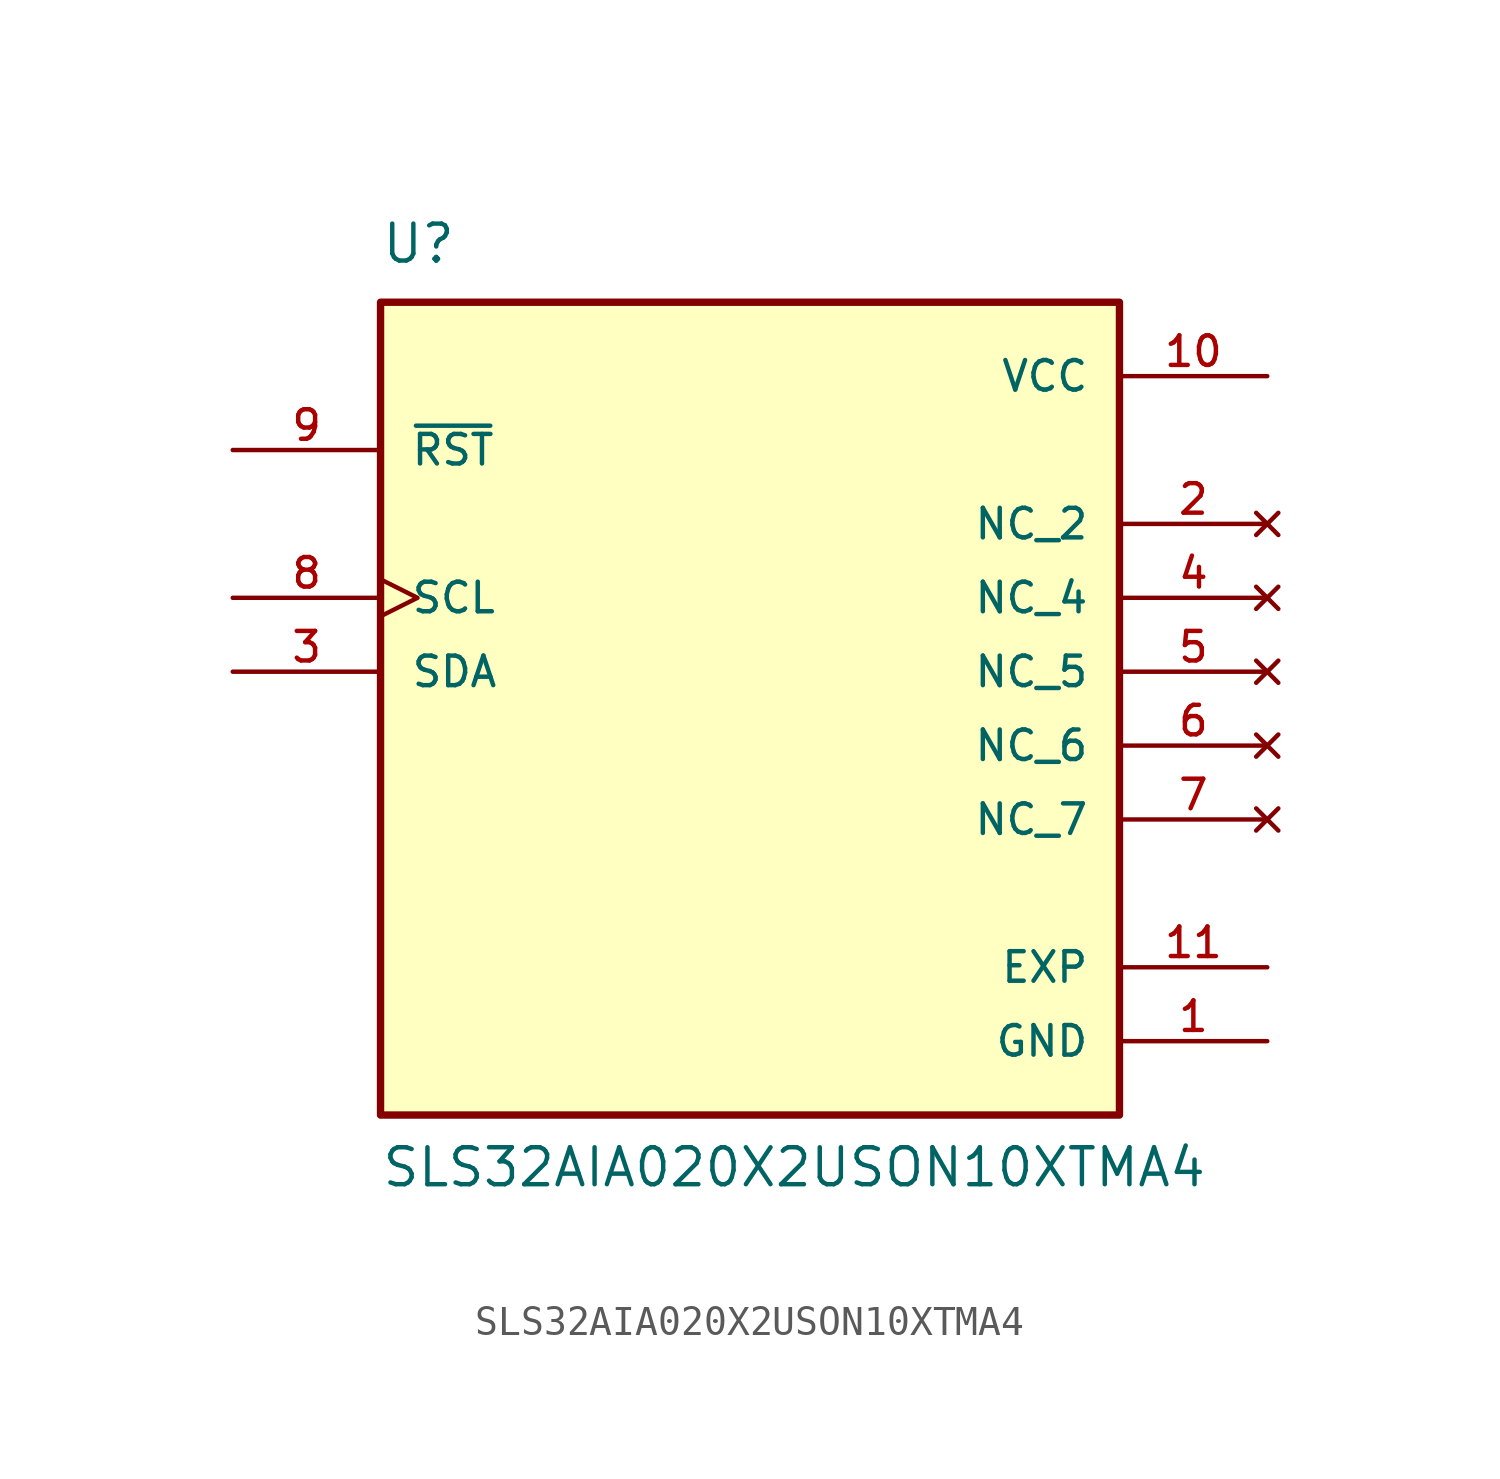
<source format=kicad_sym>
(kicad_symbol_lib
  (version 20211014)
  (generator kicad_symbol_editor)
  (symbol "SLS32AIA020X2USON10XTMA4"
    (pin_names
      (offset 1.016))
    (property "Reference" "U"
      (at -12.7 13.97 0)
      (effects (font (size 1.27 1.27)) (justify bottom left)))
    (property "Value" "SLS32AIA020X2USON10XTMA4"
      (at -12.7 -17.78 0)
      (effects (font (size 1.27 1.27)) (justify bottom left)))
    (symbol "SLS32AIA020X2USON10XTMA4_0_0"
      (rectangle (start -12.7 -15.24) (end 12.7 12.7) (stroke (width 0.254)) (fill (type background)))
      (pin power_in line (at 17.78 -12.7 180.0) (length 5.08) (name "GND" (effects (font (size 1.016 1.016)))) (number "1" (effects (font (size 1.016 1.016)))))
      (pin bidirectional line (at -17.78 0.0 0) (length 5.08) (name "SDA" (effects (font (size 1.016 1.016)))) (number "3" (effects (font (size 1.016 1.016)))))
      (pin bidirectional clock (at -17.78 2.54 0) (length 5.08) (name "SCL" (effects (font (size 1.016 1.016)))) (number "8" (effects (font (size 1.016 1.016)))))
      (pin input line (at -17.78 7.62 0) (length 5.08) (name "~{RST}" (effects (font (size 1.016 1.016)))) (number "9" (effects (font (size 1.016 1.016)))))
      (pin power_in line (at 17.78 10.16 180.0) (length 5.08) (name "VCC" (effects (font (size 1.016 1.016)))) (number "10" (effects (font (size 1.016 1.016)))))
      (pin passive line (at 17.78 -10.16 180.0) (length 5.08) (name "EXP" (effects (font (size 1.016 1.016)))) (number "11" (effects (font (size 1.016 1.016)))))
      (pin no_connect line (at 17.78 5.08 180.0) (length 5.08) (name "NC_2" (effects (font (size 1.016 1.016)))) (number "2" (effects (font (size 1.016 1.016)))))
      (pin no_connect line (at 17.78 2.54 180.0) (length 5.08) (name "NC_4" (effects (font (size 1.016 1.016)))) (number "4" (effects (font (size 1.016 1.016)))))
      (pin no_connect line (at 17.78 0.0 180.0) (length 5.08) (name "NC_5" (effects (font (size 1.016 1.016)))) (number "5" (effects (font (size 1.016 1.016)))))
      (pin no_connect line (at 17.78 -2.54 180.0) (length 5.08) (name "NC_6" (effects (font (size 1.016 1.016)))) (number "6" (effects (font (size 1.016 1.016)))))
      (pin no_connect line (at 17.78 -5.08 180.0) (length 5.08) (name "NC_7" (effects (font (size 1.016 1.016)))) (number "7" (effects (font (size 1.016 1.016))))))))
</source>
